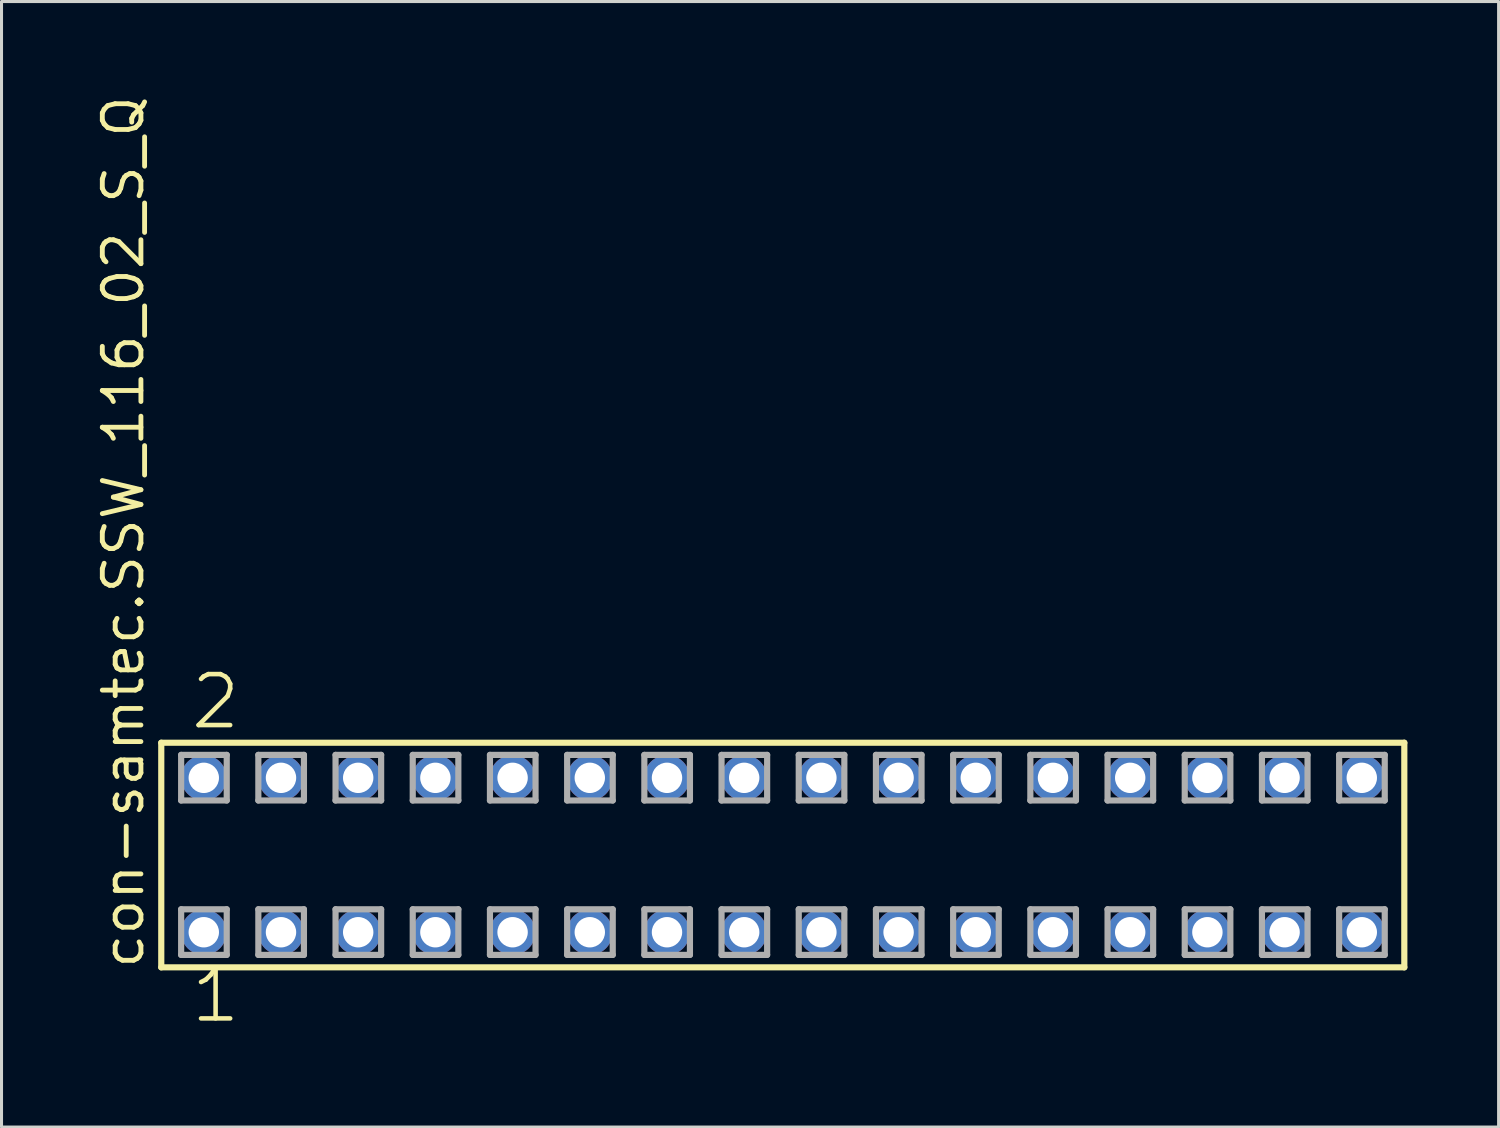
<source format=kicad_pcb>
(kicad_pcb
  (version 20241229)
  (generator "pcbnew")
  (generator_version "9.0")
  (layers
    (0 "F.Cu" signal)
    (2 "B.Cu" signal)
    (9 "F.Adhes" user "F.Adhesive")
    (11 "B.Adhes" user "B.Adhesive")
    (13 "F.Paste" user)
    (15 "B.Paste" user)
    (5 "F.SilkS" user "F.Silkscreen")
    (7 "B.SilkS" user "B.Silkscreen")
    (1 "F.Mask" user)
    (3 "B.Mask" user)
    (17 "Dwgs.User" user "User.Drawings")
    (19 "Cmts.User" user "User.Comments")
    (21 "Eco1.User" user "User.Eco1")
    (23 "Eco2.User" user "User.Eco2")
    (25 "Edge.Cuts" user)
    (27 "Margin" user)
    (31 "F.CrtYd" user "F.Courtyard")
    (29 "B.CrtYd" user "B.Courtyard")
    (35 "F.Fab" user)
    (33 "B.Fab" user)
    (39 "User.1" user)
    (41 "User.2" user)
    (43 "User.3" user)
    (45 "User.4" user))
  (footprint "con-samtec.SSW_116_02_S_Q"
    (layer "F.Cu")
    (at 22.705 25.082)
    (property "Reference" "con-samtec.SSW_116_02_S_Q" (at -20.955 3.81 90) (layer "F.SilkS") (effects (font (size 1.27 1.27) (thickness 0.16)) (justify left bottom)))
    (attr through_hole)
    (fp_line (start -20.449 -3.695) (end 20.449 -3.695) (stroke (width 0.203) (type default)) (layer "F.SilkS"))
    (fp_line (start -20.449 3.695) (end -20.449 -3.695) (stroke (width 0.203) (type default)) (layer "F.SilkS"))
    (fp_line (start 20.449 -3.695) (end 20.449 3.695) (stroke (width 0.203) (type default)) (layer "F.SilkS"))
    (fp_line (start 20.449 3.695) (end -20.449 3.695) (stroke (width 0.203) (type default)) (layer "F.SilkS"))
    (fp_line (start -19.795 -3.295) (end -18.295 -3.295) (stroke (width 0.203) (type default)) (layer "F.Fab"))
    (fp_line (start -19.795 -1.795) (end -19.795 -3.295) (stroke (width 0.203) (type default)) (layer "F.Fab"))
    (fp_line (start -19.795 1.785) (end -18.295 1.785) (stroke (width 0.203) (type default)) (layer "F.Fab"))
    (fp_line (start -19.795 3.285) (end -19.795 1.785) (stroke (width 0.203) (type default)) (layer "F.Fab"))
    (fp_line (start -18.295 -3.295) (end -18.295 -1.795) (stroke (width 0.203) (type default)) (layer "F.Fab"))
    (fp_line (start -18.295 -1.795) (end -19.795 -1.795) (stroke (width 0.203) (type default)) (layer "F.Fab"))
    (fp_line (start -18.295 1.785) (end -18.295 3.285) (stroke (width 0.203) (type default)) (layer "F.Fab"))
    (fp_line (start -18.295 3.285) (end -19.795 3.285) (stroke (width 0.203) (type default)) (layer "F.Fab"))
    (fp_line (start -17.255 -3.295) (end -15.755 -3.295) (stroke (width 0.203) (type default)) (layer "F.Fab"))
    (fp_line (start -17.255 -1.795) (end -17.255 -3.295) (stroke (width 0.203) (type default)) (layer "F.Fab"))
    (fp_line (start -17.255 1.785) (end -15.755 1.785) (stroke (width 0.203) (type default)) (layer "F.Fab"))
    (fp_line (start -17.255 3.285) (end -17.255 1.785) (stroke (width 0.203) (type default)) (layer "F.Fab"))
    (fp_line (start -15.755 -3.295) (end -15.755 -1.795) (stroke (width 0.203) (type default)) (layer "F.Fab"))
    (fp_line (start -15.755 -1.795) (end -17.255 -1.795) (stroke (width 0.203) (type default)) (layer "F.Fab"))
    (fp_line (start -15.755 1.785) (end -15.755 3.285) (stroke (width 0.203) (type default)) (layer "F.Fab"))
    (fp_line (start -15.755 3.285) (end -17.255 3.285) (stroke (width 0.203) (type default)) (layer "F.Fab"))
    (fp_line (start -14.715 -3.295) (end -13.215 -3.295) (stroke (width 0.203) (type default)) (layer "F.Fab"))
    (fp_line (start -14.715 -1.795) (end -14.715 -3.295) (stroke (width 0.203) (type default)) (layer "F.Fab"))
    (fp_line (start -14.715 1.785) (end -13.215 1.785) (stroke (width 0.203) (type default)) (layer "F.Fab"))
    (fp_line (start -14.715 3.285) (end -14.715 1.785) (stroke (width 0.203) (type default)) (layer "F.Fab"))
    (fp_line (start -13.215 -3.295) (end -13.215 -1.795) (stroke (width 0.203) (type default)) (layer "F.Fab"))
    (fp_line (start -13.215 -1.795) (end -14.715 -1.795) (stroke (width 0.203) (type default)) (layer "F.Fab"))
    (fp_line (start -13.215 1.785) (end -13.215 3.285) (stroke (width 0.203) (type default)) (layer "F.Fab"))
    (fp_line (start -13.215 3.285) (end -14.715 3.285) (stroke (width 0.203) (type default)) (layer "F.Fab"))
    (fp_line (start -12.175 -3.295) (end -10.675 -3.295) (stroke (width 0.203) (type default)) (layer "F.Fab"))
    (fp_line (start -12.175 -1.795) (end -12.175 -3.295) (stroke (width 0.203) (type default)) (layer "F.Fab"))
    (fp_line (start -12.175 1.785) (end -10.675 1.785) (stroke (width 0.203) (type default)) (layer "F.Fab"))
    (fp_line (start -12.175 3.285) (end -12.175 1.785) (stroke (width 0.203) (type default)) (layer "F.Fab"))
    (fp_line (start -10.675 -3.295) (end -10.675 -1.795) (stroke (width 0.203) (type default)) (layer "F.Fab"))
    (fp_line (start -10.675 -1.795) (end -12.175 -1.795) (stroke (width 0.203) (type default)) (layer "F.Fab"))
    (fp_line (start -10.675 1.785) (end -10.675 3.285) (stroke (width 0.203) (type default)) (layer "F.Fab"))
    (fp_line (start -10.675 3.285) (end -12.175 3.285) (stroke (width 0.203) (type default)) (layer "F.Fab"))
    (fp_line (start -9.635 -3.295) (end -8.135 -3.295) (stroke (width 0.203) (type default)) (layer "F.Fab"))
    (fp_line (start -9.635 -1.795) (end -9.635 -3.295) (stroke (width 0.203) (type default)) (layer "F.Fab"))
    (fp_line (start -9.635 1.785) (end -8.135 1.785) (stroke (width 0.203) (type default)) (layer "F.Fab"))
    (fp_line (start -9.635 3.285) (end -9.635 1.785) (stroke (width 0.203) (type default)) (layer "F.Fab"))
    (fp_line (start -8.135 -3.295) (end -8.135 -1.795) (stroke (width 0.203) (type default)) (layer "F.Fab"))
    (fp_line (start -8.135 -1.795) (end -9.635 -1.795) (stroke (width 0.203) (type default)) (layer "F.Fab"))
    (fp_line (start -8.135 1.785) (end -8.135 3.285) (stroke (width 0.203) (type default)) (layer "F.Fab"))
    (fp_line (start -8.135 3.285) (end -9.635 3.285) (stroke (width 0.203) (type default)) (layer "F.Fab"))
    (fp_line (start -7.095 -3.295) (end -5.595 -3.295) (stroke (width 0.203) (type default)) (layer "F.Fab"))
    (fp_line (start -7.095 -1.795) (end -7.095 -3.295) (stroke (width 0.203) (type default)) (layer "F.Fab"))
    (fp_line (start -7.095 1.785) (end -5.595 1.785) (stroke (width 0.203) (type default)) (layer "F.Fab"))
    (fp_line (start -7.095 3.285) (end -7.095 1.785) (stroke (width 0.203) (type default)) (layer "F.Fab"))
    (fp_line (start -5.595 -3.295) (end -5.595 -1.795) (stroke (width 0.203) (type default)) (layer "F.Fab"))
    (fp_line (start -5.595 -1.795) (end -7.095 -1.795) (stroke (width 0.203) (type default)) (layer "F.Fab"))
    (fp_line (start -5.595 1.785) (end -5.595 3.285) (stroke (width 0.203) (type default)) (layer "F.Fab"))
    (fp_line (start -5.595 3.285) (end -7.095 3.285) (stroke (width 0.203) (type default)) (layer "F.Fab"))
    (fp_line (start -4.555 -3.295) (end -3.055 -3.295) (stroke (width 0.203) (type default)) (layer "F.Fab"))
    (fp_line (start -4.555 -1.795) (end -4.555 -3.295) (stroke (width 0.203) (type default)) (layer "F.Fab"))
    (fp_line (start -4.555 1.785) (end -3.055 1.785) (stroke (width 0.203) (type default)) (layer "F.Fab"))
    (fp_line (start -4.555 3.285) (end -4.555 1.785) (stroke (width 0.203) (type default)) (layer "F.Fab"))
    (fp_line (start -3.055 -3.295) (end -3.055 -1.795) (stroke (width 0.203) (type default)) (layer "F.Fab"))
    (fp_line (start -3.055 -1.795) (end -4.555 -1.795) (stroke (width 0.203) (type default)) (layer "F.Fab"))
    (fp_line (start -3.055 1.785) (end -3.055 3.285) (stroke (width 0.203) (type default)) (layer "F.Fab"))
    (fp_line (start -3.055 3.285) (end -4.555 3.285) (stroke (width 0.203) (type default)) (layer "F.Fab"))
    (fp_line (start -2.015 -3.295) (end -0.515 -3.295) (stroke (width 0.203) (type default)) (layer "F.Fab"))
    (fp_line (start -2.015 -1.795) (end -2.015 -3.295) (stroke (width 0.203) (type default)) (layer "F.Fab"))
    (fp_line (start -2.015 1.785) (end -0.515 1.785) (stroke (width 0.203) (type default)) (layer "F.Fab"))
    (fp_line (start -2.015 3.285) (end -2.015 1.785) (stroke (width 0.203) (type default)) (layer "F.Fab"))
    (fp_line (start -0.515 -3.295) (end -0.515 -1.795) (stroke (width 0.203) (type default)) (layer "F.Fab"))
    (fp_line (start -0.515 -1.795) (end -2.015 -1.795) (stroke (width 0.203) (type default)) (layer "F.Fab"))
    (fp_line (start -0.515 1.785) (end -0.515 3.285) (stroke (width 0.203) (type default)) (layer "F.Fab"))
    (fp_line (start -0.515 3.285) (end -2.015 3.285) (stroke (width 0.203) (type default)) (layer "F.Fab"))
    (fp_line (start 0.525 -3.295) (end 2.025 -3.295) (stroke (width 0.203) (type default)) (layer "F.Fab"))
    (fp_line (start 0.525 -1.795) (end 0.525 -3.295) (stroke (width 0.203) (type default)) (layer "F.Fab"))
    (fp_line (start 0.525 1.785) (end 2.025 1.785) (stroke (width 0.203) (type default)) (layer "F.Fab"))
    (fp_line (start 0.525 3.285) (end 0.525 1.785) (stroke (width 0.203) (type default)) (layer "F.Fab"))
    (fp_line (start 2.025 -3.295) (end 2.025 -1.795) (stroke (width 0.203) (type default)) (layer "F.Fab"))
    (fp_line (start 2.025 -1.795) (end 0.525 -1.795) (stroke (width 0.203) (type default)) (layer "F.Fab"))
    (fp_line (start 2.025 1.785) (end 2.025 3.285) (stroke (width 0.203) (type default)) (layer "F.Fab"))
    (fp_line (start 2.025 3.285) (end 0.525 3.285) (stroke (width 0.203) (type default)) (layer "F.Fab"))
    (fp_line (start 3.065 -3.295) (end 4.565 -3.295) (stroke (width 0.203) (type default)) (layer "F.Fab"))
    (fp_line (start 3.065 -1.795) (end 3.065 -3.295) (stroke (width 0.203) (type default)) (layer "F.Fab"))
    (fp_line (start 3.065 1.785) (end 4.565 1.785) (stroke (width 0.203) (type default)) (layer "F.Fab"))
    (fp_line (start 3.065 3.285) (end 3.065 1.785) (stroke (width 0.203) (type default)) (layer "F.Fab"))
    (fp_line (start 4.565 -3.295) (end 4.565 -1.795) (stroke (width 0.203) (type default)) (layer "F.Fab"))
    (fp_line (start 4.565 -1.795) (end 3.065 -1.795) (stroke (width 0.203) (type default)) (layer "F.Fab"))
    (fp_line (start 4.565 1.785) (end 4.565 3.285) (stroke (width 0.203) (type default)) (layer "F.Fab"))
    (fp_line (start 4.565 3.285) (end 3.065 3.285) (stroke (width 0.203) (type default)) (layer "F.Fab"))
    (fp_line (start 5.605 -3.295) (end 7.105 -3.295) (stroke (width 0.203) (type default)) (layer "F.Fab"))
    (fp_line (start 5.605 -1.795) (end 5.605 -3.295) (stroke (width 0.203) (type default)) (layer "F.Fab"))
    (fp_line (start 5.605 1.785) (end 7.105 1.785) (stroke (width 0.203) (type default)) (layer "F.Fab"))
    (fp_line (start 5.605 3.285) (end 5.605 1.785) (stroke (width 0.203) (type default)) (layer "F.Fab"))
    (fp_line (start 7.105 -3.295) (end 7.105 -1.795) (stroke (width 0.203) (type default)) (layer "F.Fab"))
    (fp_line (start 7.105 -1.795) (end 5.605 -1.795) (stroke (width 0.203) (type default)) (layer "F.Fab"))
    (fp_line (start 7.105 1.785) (end 7.105 3.285) (stroke (width 0.203) (type default)) (layer "F.Fab"))
    (fp_line (start 7.105 3.285) (end 5.605 3.285) (stroke (width 0.203) (type default)) (layer "F.Fab"))
    (fp_line (start 8.145 -3.295) (end 9.645 -3.295) (stroke (width 0.203) (type default)) (layer "F.Fab"))
    (fp_line (start 8.145 -1.795) (end 8.145 -3.295) (stroke (width 0.203) (type default)) (layer "F.Fab"))
    (fp_line (start 8.145 1.785) (end 9.645 1.785) (stroke (width 0.203) (type default)) (layer "F.Fab"))
    (fp_line (start 8.145 3.285) (end 8.145 1.785) (stroke (width 0.203) (type default)) (layer "F.Fab"))
    (fp_line (start 9.645 -3.295) (end 9.645 -1.795) (stroke (width 0.203) (type default)) (layer "F.Fab"))
    (fp_line (start 9.645 -1.795) (end 8.145 -1.795) (stroke (width 0.203) (type default)) (layer "F.Fab"))
    (fp_line (start 9.645 1.785) (end 9.645 3.285) (stroke (width 0.203) (type default)) (layer "F.Fab"))
    (fp_line (start 9.645 3.285) (end 8.145 3.285) (stroke (width 0.203) (type default)) (layer "F.Fab"))
    (fp_line (start 10.685 -3.295) (end 12.185 -3.295) (stroke (width 0.203) (type default)) (layer "F.Fab"))
    (fp_line (start 10.685 -1.795) (end 10.685 -3.295) (stroke (width 0.203) (type default)) (layer "F.Fab"))
    (fp_line (start 10.685 1.785) (end 12.185 1.785) (stroke (width 0.203) (type default)) (layer "F.Fab"))
    (fp_line (start 10.685 3.285) (end 10.685 1.785) (stroke (width 0.203) (type default)) (layer "F.Fab"))
    (fp_line (start 12.185 -3.295) (end 12.185 -1.795) (stroke (width 0.203) (type default)) (layer "F.Fab"))
    (fp_line (start 12.185 -1.795) (end 10.685 -1.795) (stroke (width 0.203) (type default)) (layer "F.Fab"))
    (fp_line (start 12.185 1.785) (end 12.185 3.285) (stroke (width 0.203) (type default)) (layer "F.Fab"))
    (fp_line (start 12.185 3.285) (end 10.685 3.285) (stroke (width 0.203) (type default)) (layer "F.Fab"))
    (fp_line (start 13.225 -3.295) (end 14.725 -3.295) (stroke (width 0.203) (type default)) (layer "F.Fab"))
    (fp_line (start 13.225 -1.795) (end 13.225 -3.295) (stroke (width 0.203) (type default)) (layer "F.Fab"))
    (fp_line (start 13.225 1.785) (end 14.725 1.785) (stroke (width 0.203) (type default)) (layer "F.Fab"))
    (fp_line (start 13.225 3.285) (end 13.225 1.785) (stroke (width 0.203) (type default)) (layer "F.Fab"))
    (fp_line (start 14.725 -3.295) (end 14.725 -1.795) (stroke (width 0.203) (type default)) (layer "F.Fab"))
    (fp_line (start 14.725 -1.795) (end 13.225 -1.795) (stroke (width 0.203) (type default)) (layer "F.Fab"))
    (fp_line (start 14.725 1.785) (end 14.725 3.285) (stroke (width 0.203) (type default)) (layer "F.Fab"))
    (fp_line (start 14.725 3.285) (end 13.225 3.285) (stroke (width 0.203) (type default)) (layer "F.Fab"))
    (fp_line (start 15.765 -3.295) (end 17.265 -3.295) (stroke (width 0.203) (type default)) (layer "F.Fab"))
    (fp_line (start 15.765 -1.795) (end 15.765 -3.295) (stroke (width 0.203) (type default)) (layer "F.Fab"))
    (fp_line (start 15.765 1.785) (end 17.265 1.785) (stroke (width 0.203) (type default)) (layer "F.Fab"))
    (fp_line (start 15.765 3.285) (end 15.765 1.785) (stroke (width 0.203) (type default)) (layer "F.Fab"))
    (fp_line (start 17.265 -3.295) (end 17.265 -1.795) (stroke (width 0.203) (type default)) (layer "F.Fab"))
    (fp_line (start 17.265 -1.795) (end 15.765 -1.795) (stroke (width 0.203) (type default)) (layer "F.Fab"))
    (fp_line (start 17.265 1.785) (end 17.265 3.285) (stroke (width 0.203) (type default)) (layer "F.Fab"))
    (fp_line (start 17.265 3.285) (end 15.765 3.285) (stroke (width 0.203) (type default)) (layer "F.Fab"))
    (fp_line (start 18.305 -3.295) (end 19.805 -3.295) (stroke (width 0.203) (type default)) (layer "F.Fab"))
    (fp_line (start 18.305 -1.795) (end 18.305 -3.295) (stroke (width 0.203) (type default)) (layer "F.Fab"))
    (fp_line (start 18.305 1.785) (end 19.805 1.785) (stroke (width 0.203) (type default)) (layer "F.Fab"))
    (fp_line (start 18.305 3.285) (end 18.305 1.785) (stroke (width 0.203) (type default)) (layer "F.Fab"))
    (fp_line (start 19.805 -3.295) (end 19.805 -1.795) (stroke (width 0.203) (type default)) (layer "F.Fab"))
    (fp_line (start 19.805 -1.795) (end 18.305 -1.795) (stroke (width 0.203) (type default)) (layer "F.Fab"))
    (fp_line (start 19.805 1.785) (end 19.805 3.285) (stroke (width 0.203) (type default)) (layer "F.Fab"))
    (fp_line (start 19.805 3.285) (end 18.305 3.285) (stroke (width 0.203) (type default)) (layer "F.Fab"))
    (fp_text user "1" (at -19.558 5.588 0) (layer "F.SilkS") (effects (font (size 1.676 1.676) (thickness 0.15)) (justify left bottom)))
    (fp_text user "2" (at -19.558 -4.064 0) (layer "F.SilkS") (effects (font (size 1.676 1.676) (thickness 0.15)) (justify left bottom)))
    (pad "1" thru_hole circle (at -19.05 2.54) (size 1.5 1.5) (drill 1) (layers "*.Cu" "*.Mask"))
    (pad "2" thru_hole circle (at -19.05 -2.54) (size 1.5 1.5) (drill 1) (layers "*.Cu" "*.Mask"))
    (pad "3" thru_hole circle (at -16.51 2.54) (size 1.5 1.5) (drill 1) (layers "*.Cu" "*.Mask"))
    (pad "4" thru_hole circle (at -16.51 -2.54) (size 1.5 1.5) (drill 1) (layers "*.Cu" "*.Mask"))
    (pad "5" thru_hole circle (at -13.97 2.54) (size 1.5 1.5) (drill 1) (layers "*.Cu" "*.Mask"))
    (pad "6" thru_hole circle (at -13.97 -2.54) (size 1.5 1.5) (drill 1) (layers "*.Cu" "*.Mask"))
    (pad "7" thru_hole circle (at -11.43 2.54) (size 1.5 1.5) (drill 1) (layers "*.Cu" "*.Mask"))
    (pad "8" thru_hole circle (at -11.43 -2.54) (size 1.5 1.5) (drill 1) (layers "*.Cu" "*.Mask"))
    (pad "9" thru_hole circle (at -8.89 2.54) (size 1.5 1.5) (drill 1) (layers "*.Cu" "*.Mask"))
    (pad "10" thru_hole circle (at -8.89 -2.54) (size 1.5 1.5) (drill 1) (layers "*.Cu" "*.Mask"))
    (pad "11" thru_hole circle (at -6.35 2.54) (size 1.5 1.5) (drill 1) (layers "*.Cu" "*.Mask"))
    (pad "12" thru_hole circle (at -6.35 -2.54) (size 1.5 1.5) (drill 1) (layers "*.Cu" "*.Mask"))
    (pad "13" thru_hole circle (at -3.81 2.54) (size 1.5 1.5) (drill 1) (layers "*.Cu" "*.Mask"))
    (pad "14" thru_hole circle (at -3.81 -2.54) (size 1.5 1.5) (drill 1) (layers "*.Cu" "*.Mask"))
    (pad "15" thru_hole circle (at -1.27 2.54) (size 1.5 1.5) (drill 1) (layers "*.Cu" "*.Mask"))
    (pad "16" thru_hole circle (at -1.27 -2.54) (size 1.5 1.5) (drill 1) (layers "*.Cu" "*.Mask"))
    (pad "17" thru_hole circle (at 1.27 2.54) (size 1.5 1.5) (drill 1) (layers "*.Cu" "*.Mask"))
    (pad "18" thru_hole circle (at 1.27 -2.54) (size 1.5 1.5) (drill 1) (layers "*.Cu" "*.Mask"))
    (pad "19" thru_hole circle (at 3.81 2.54) (size 1.5 1.5) (drill 1) (layers "*.Cu" "*.Mask"))
    (pad "20" thru_hole circle (at 3.81 -2.54) (size 1.5 1.5) (drill 1) (layers "*.Cu" "*.Mask"))
    (pad "21" thru_hole circle (at 6.35 2.54) (size 1.5 1.5) (drill 1) (layers "*.Cu" "*.Mask"))
    (pad "22" thru_hole circle (at 6.35 -2.54) (size 1.5 1.5) (drill 1) (layers "*.Cu" "*.Mask"))
    (pad "23" thru_hole circle (at 8.89 2.54) (size 1.5 1.5) (drill 1) (layers "*.Cu" "*.Mask"))
    (pad "24" thru_hole circle (at 8.89 -2.54) (size 1.5 1.5) (drill 1) (layers "*.Cu" "*.Mask"))
    (pad "25" thru_hole circle (at 11.43 2.54) (size 1.5 1.5) (drill 1) (layers "*.Cu" "*.Mask"))
    (pad "26" thru_hole circle (at 11.43 -2.54) (size 1.5 1.5) (drill 1) (layers "*.Cu" "*.Mask"))
    (pad "27" thru_hole circle (at 13.97 2.54) (size 1.5 1.5) (drill 1) (layers "*.Cu" "*.Mask"))
    (pad "28" thru_hole circle (at 13.97 -2.54) (size 1.5 1.5) (drill 1) (layers "*.Cu" "*.Mask"))
    (pad "29" thru_hole circle (at 16.51 2.54) (size 1.5 1.5) (drill 1) (layers "*.Cu" "*.Mask"))
    (pad "30" thru_hole circle (at 16.51 -2.54) (size 1.5 1.5) (drill 1) (layers "*.Cu" "*.Mask"))
    (pad "31" thru_hole circle (at 19.05 2.54) (size 1.5 1.5) (drill 1) (layers "*.Cu" "*.Mask"))
    (pad "32" thru_hole circle (at 19.05 -2.54) (size 1.5 1.5) (drill 1) (layers "*.Cu" "*.Mask")))
  (gr_rect
    (start -3 -3)
    (end 46.256 34.031)
    (stroke (width 0.1) (type default))
    (fill no)
    (layer "Edge.Cuts")))
</source>
